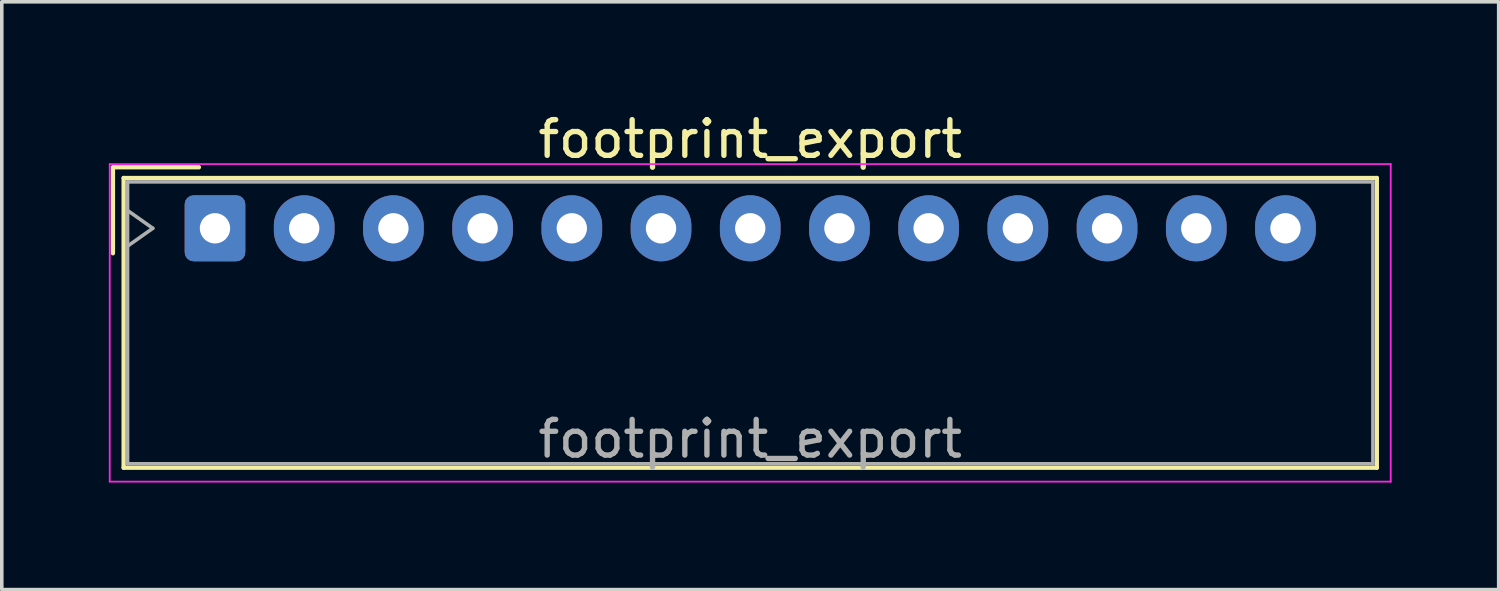
<source format=kicad_pcb>
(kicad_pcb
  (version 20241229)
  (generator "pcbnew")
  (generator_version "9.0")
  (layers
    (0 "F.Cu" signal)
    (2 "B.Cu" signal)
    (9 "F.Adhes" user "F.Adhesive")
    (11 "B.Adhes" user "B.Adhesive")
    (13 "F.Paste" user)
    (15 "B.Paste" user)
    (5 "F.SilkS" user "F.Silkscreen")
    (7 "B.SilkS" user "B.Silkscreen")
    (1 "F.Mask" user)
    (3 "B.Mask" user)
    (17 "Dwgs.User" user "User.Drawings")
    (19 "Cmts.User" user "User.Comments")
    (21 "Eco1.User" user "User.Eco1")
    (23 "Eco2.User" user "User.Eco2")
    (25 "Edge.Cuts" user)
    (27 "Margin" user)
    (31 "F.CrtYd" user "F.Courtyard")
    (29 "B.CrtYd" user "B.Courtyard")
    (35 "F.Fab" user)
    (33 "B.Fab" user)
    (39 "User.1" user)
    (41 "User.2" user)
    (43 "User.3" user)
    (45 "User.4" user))
  (footprint "footprint_export"
    (layer "F.Cu")
    (at 2.975 3.348)
    (property "Reference" "footprint_export" (at 15 -2.5 0) (layer "F.SilkS") (effects (font (size 1 1) (thickness 0.15))))
    (attr through_hole)
    (fp_line (start -2.86 -1.71) (end -0.45 -1.71) (stroke (width 0.12) (type solid)) (layer "F.SilkS"))
    (fp_line (start -2.86 0.7) (end -2.86 -1.71) (stroke (width 0.12) (type solid)) (layer "F.SilkS"))
    (fp_line (start -2.56 -1.41) (end -2.56 6.71) (stroke (width 0.12) (type solid)) (layer "F.SilkS"))
    (fp_line (start -2.56 6.71) (end 32.56 6.71) (stroke (width 0.12) (type solid)) (layer "F.SilkS"))
    (fp_line (start 32.56 -1.41) (end -2.56 -1.41) (stroke (width 0.12) (type solid)) (layer "F.SilkS"))
    (fp_line (start 32.56 6.71) (end 32.56 -1.41) (stroke (width 0.12) (type solid)) (layer "F.SilkS"))
    (fp_line (start -2.95 -1.8) (end -2.95 7.1) (stroke (width 0.05) (type solid)) (layer "F.CrtYd"))
    (fp_line (start -2.95 7.1) (end 32.95 7.1) (stroke (width 0.05) (type solid)) (layer "F.CrtYd"))
    (fp_line (start 32.95 -1.8) (end -2.95 -1.8) (stroke (width 0.05) (type solid)) (layer "F.CrtYd"))
    (fp_line (start 32.95 7.1) (end 32.95 -1.8) (stroke (width 0.05) (type solid)) (layer "F.CrtYd"))
    (fp_line (start -2.45 -1.3) (end -2.45 6.6) (stroke (width 0.1) (type solid)) (layer "F.Fab"))
    (fp_line (start -2.45 0.5) (end -1.743 0) (stroke (width 0.1) (type solid)) (layer "F.Fab"))
    (fp_line (start -2.45 6.6) (end 32.45 6.6) (stroke (width 0.1) (type solid)) (layer "F.Fab"))
    (fp_line (start -1.743 0) (end -2.45 -0.5) (stroke (width 0.1) (type solid)) (layer "F.Fab"))
    (fp_line (start 32.45 -1.3) (end -2.45 -1.3) (stroke (width 0.1) (type solid)) (layer "F.Fab"))
    (fp_line (start 32.45 6.6) (end 32.45 -1.3) (stroke (width 0.1) (type solid)) (layer "F.Fab"))
    (fp_text user "${REFERENCE}" (at 15 5.9 0) (layer "F.Fab") (effects (font (size 1 1) (thickness 0.15))))
    (pad "1" thru_hole roundrect (at 0 0) (size 1.7 1.85) (drill 0.85) (layers "*.Cu" "*.Mask") (roundrect_rratio 0.147))
    (pad "2" thru_hole oval (at 2.5 0) (size 1.7 1.85) (drill 0.85) (layers "*.Cu" "*.Mask"))
    (pad "3" thru_hole oval (at 5 0) (size 1.7 1.85) (drill 0.85) (layers "*.Cu" "*.Mask"))
    (pad "4" thru_hole oval (at 7.5 0) (size 1.7 1.85) (drill 0.85) (layers "*.Cu" "*.Mask"))
    (pad "5" thru_hole oval (at 10 0) (size 1.7 1.85) (drill 0.85) (layers "*.Cu" "*.Mask"))
    (pad "6" thru_hole oval (at 12.5 0) (size 1.7 1.85) (drill 0.85) (layers "*.Cu" "*.Mask"))
    (pad "7" thru_hole oval (at 15 0) (size 1.7 1.85) (drill 0.85) (layers "*.Cu" "*.Mask"))
    (pad "8" thru_hole oval (at 17.5 0) (size 1.7 1.85) (drill 0.85) (layers "*.Cu" "*.Mask"))
    (pad "9" thru_hole oval (at 20 0) (size 1.7 1.85) (drill 0.85) (layers "*.Cu" "*.Mask"))
    (pad "10" thru_hole oval (at 22.5 0) (size 1.7 1.85) (drill 0.85) (layers "*.Cu" "*.Mask"))
    (pad "11" thru_hole oval (at 25 0) (size 1.7 1.85) (drill 0.85) (layers "*.Cu" "*.Mask"))
    (pad "12" thru_hole oval (at 27.5 0) (size 1.7 1.85) (drill 0.85) (layers "*.Cu" "*.Mask"))
    (pad "13" thru_hole oval (at 30 0) (size 1.7 1.85) (drill 0.85) (layers "*.Cu" "*.Mask")))
  (gr_rect
    (start -3 -3)
    (end 38.95 13.473)
    (stroke (width 0.1) (type default))
    (fill no)
    (layer "Edge.Cuts")))
</source>
